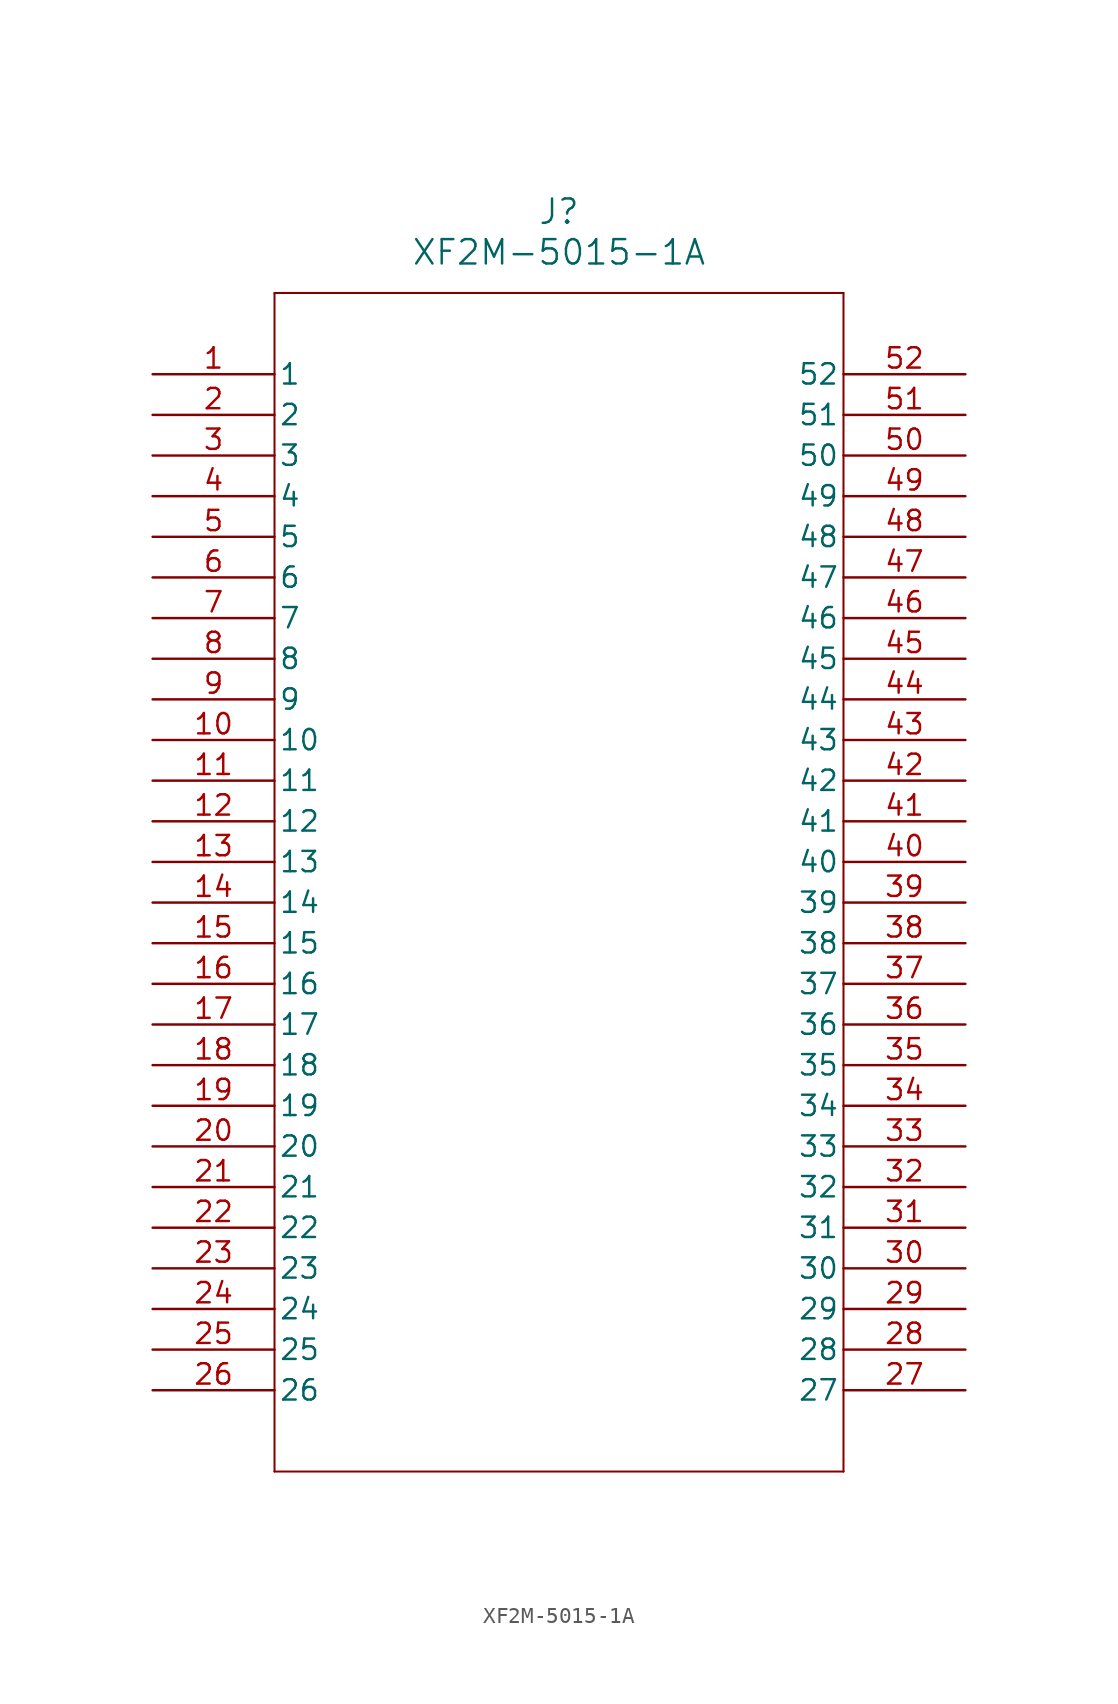
<source format=kicad_sym>
(kicad_symbol_lib
  (version 20211014)
  (generator kicad_symbol_editor)
  (symbol "XF2M-5015-1A"
    (pin_names
      (offset 0.254))
    (property "Reference" "J"
      (at 25.4 10.16 0)
      (effects (font (size 1.524 1.524))))
    (property "Value" "XF2M-5015-1A"
      (at 25.4 7.62 0)
      (effects (font (size 1.524 1.524))))
    (symbol "XF2M-5015-1A_0_1"
      (polyline (pts (xy 7.62 5.08) (xy 7.62 -68.58)) (stroke (width 0.127) (type default) (color 0 0 0 0)) (fill (type none)))
      (polyline (pts (xy 7.62 -68.58) (xy 43.18 -68.58)) (stroke (width 0.127) (type default) (color 0 0 0 0)) (fill (type none)))
      (polyline (pts (xy 43.18 -68.58) (xy 43.18 5.08)) (stroke (width 0.127) (type default) (color 0 0 0 0)) (fill (type none)))
      (polyline (pts (xy 43.18 5.08) (xy 7.62 5.08)) (stroke (width 0.127) (type default) (color 0 0 0 0)) (fill (type none)))
      (pin unspecified line (at 0 0 0) (length 7.62) (name "1" (effects (font (size 1.27 1.27)))) (number "1" (effects (font (size 1.27 1.27)))))
      (pin unspecified line (at 0 -2.54 0) (length 7.62) (name "2" (effects (font (size 1.27 1.27)))) (number "2" (effects (font (size 1.27 1.27)))))
      (pin unspecified line (at 0 -5.08 0) (length 7.62) (name "3" (effects (font (size 1.27 1.27)))) (number "3" (effects (font (size 1.27 1.27)))))
      (pin unspecified line (at 0 -7.62 0) (length 7.62) (name "4" (effects (font (size 1.27 1.27)))) (number "4" (effects (font (size 1.27 1.27)))))
      (pin unspecified line (at 0 -10.16 0) (length 7.62) (name "5" (effects (font (size 1.27 1.27)))) (number "5" (effects (font (size 1.27 1.27)))))
      (pin unspecified line (at 0 -12.7 0) (length 7.62) (name "6" (effects (font (size 1.27 1.27)))) (number "6" (effects (font (size 1.27 1.27)))))
      (pin unspecified line (at 0 -15.24 0) (length 7.62) (name "7" (effects (font (size 1.27 1.27)))) (number "7" (effects (font (size 1.27 1.27)))))
      (pin unspecified line (at 0 -17.78 0) (length 7.62) (name "8" (effects (font (size 1.27 1.27)))) (number "8" (effects (font (size 1.27 1.27)))))
      (pin unspecified line (at 0 -20.32 0) (length 7.62) (name "9" (effects (font (size 1.27 1.27)))) (number "9" (effects (font (size 1.27 1.27)))))
      (pin unspecified line (at 0 -22.86 0) (length 7.62) (name "10" (effects (font (size 1.27 1.27)))) (number "10" (effects (font (size 1.27 1.27)))))
      (pin unspecified line (at 0 -25.4 0) (length 7.62) (name "11" (effects (font (size 1.27 1.27)))) (number "11" (effects (font (size 1.27 1.27)))))
      (pin unspecified line (at 0 -27.94 0) (length 7.62) (name "12" (effects (font (size 1.27 1.27)))) (number "12" (effects (font (size 1.27 1.27)))))
      (pin unspecified line (at 0 -30.48 0) (length 7.62) (name "13" (effects (font (size 1.27 1.27)))) (number "13" (effects (font (size 1.27 1.27)))))
      (pin unspecified line (at 0 -33.02 0) (length 7.62) (name "14" (effects (font (size 1.27 1.27)))) (number "14" (effects (font (size 1.27 1.27)))))
      (pin unspecified line (at 0 -35.56 0) (length 7.62) (name "15" (effects (font (size 1.27 1.27)))) (number "15" (effects (font (size 1.27 1.27)))))
      (pin unspecified line (at 0 -38.1 0) (length 7.62) (name "16" (effects (font (size 1.27 1.27)))) (number "16" (effects (font (size 1.27 1.27)))))
      (pin unspecified line (at 0 -40.64 0) (length 7.62) (name "17" (effects (font (size 1.27 1.27)))) (number "17" (effects (font (size 1.27 1.27)))))
      (pin unspecified line (at 0 -43.18 0) (length 7.62) (name "18" (effects (font (size 1.27 1.27)))) (number "18" (effects (font (size 1.27 1.27)))))
      (pin unspecified line (at 0 -45.72 0) (length 7.62) (name "19" (effects (font (size 1.27 1.27)))) (number "19" (effects (font (size 1.27 1.27)))))
      (pin unspecified line (at 0 -48.26 0) (length 7.62) (name "20" (effects (font (size 1.27 1.27)))) (number "20" (effects (font (size 1.27 1.27)))))
      (pin unspecified line (at 0 -50.8 0) (length 7.62) (name "21" (effects (font (size 1.27 1.27)))) (number "21" (effects (font (size 1.27 1.27)))))
      (pin unspecified line (at 0 -53.34 0) (length 7.62) (name "22" (effects (font (size 1.27 1.27)))) (number "22" (effects (font (size 1.27 1.27)))))
      (pin unspecified line (at 0 -55.88 0) (length 7.62) (name "23" (effects (font (size 1.27 1.27)))) (number "23" (effects (font (size 1.27 1.27)))))
      (pin unspecified line (at 0 -58.42 0) (length 7.62) (name "24" (effects (font (size 1.27 1.27)))) (number "24" (effects (font (size 1.27 1.27)))))
      (pin unspecified line (at 0 -60.96 0) (length 7.62) (name "25" (effects (font (size 1.27 1.27)))) (number "25" (effects (font (size 1.27 1.27)))))
      (pin unspecified line (at 0 -63.5 0) (length 7.62) (name "26" (effects (font (size 1.27 1.27)))) (number "26" (effects (font (size 1.27 1.27)))))
      (pin unspecified line (at 50.8 -63.5 180) (length 7.62) (name "27" (effects (font (size 1.27 1.27)))) (number "27" (effects (font (size 1.27 1.27)))))
      (pin unspecified line (at 50.8 -60.96 180) (length 7.62) (name "28" (effects (font (size 1.27 1.27)))) (number "28" (effects (font (size 1.27 1.27)))))
      (pin unspecified line (at 50.8 -58.42 180) (length 7.62) (name "29" (effects (font (size 1.27 1.27)))) (number "29" (effects (font (size 1.27 1.27)))))
      (pin unspecified line (at 50.8 -55.88 180) (length 7.62) (name "30" (effects (font (size 1.27 1.27)))) (number "30" (effects (font (size 1.27 1.27)))))
      (pin unspecified line (at 50.8 -53.34 180) (length 7.62) (name "31" (effects (font (size 1.27 1.27)))) (number "31" (effects (font (size 1.27 1.27)))))
      (pin unspecified line (at 50.8 -50.8 180) (length 7.62) (name "32" (effects (font (size 1.27 1.27)))) (number "32" (effects (font (size 1.27 1.27)))))
      (pin unspecified line (at 50.8 -48.26 180) (length 7.62) (name "33" (effects (font (size 1.27 1.27)))) (number "33" (effects (font (size 1.27 1.27)))))
      (pin unspecified line (at 50.8 -45.72 180) (length 7.62) (name "34" (effects (font (size 1.27 1.27)))) (number "34" (effects (font (size 1.27 1.27)))))
      (pin unspecified line (at 50.8 -43.18 180) (length 7.62) (name "35" (effects (font (size 1.27 1.27)))) (number "35" (effects (font (size 1.27 1.27)))))
      (pin unspecified line (at 50.8 -40.64 180) (length 7.62) (name "36" (effects (font (size 1.27 1.27)))) (number "36" (effects (font (size 1.27 1.27)))))
      (pin unspecified line (at 50.8 -38.1 180) (length 7.62) (name "37" (effects (font (size 1.27 1.27)))) (number "37" (effects (font (size 1.27 1.27)))))
      (pin unspecified line (at 50.8 -35.56 180) (length 7.62) (name "38" (effects (font (size 1.27 1.27)))) (number "38" (effects (font (size 1.27 1.27)))))
      (pin unspecified line (at 50.8 -33.02 180) (length 7.62) (name "39" (effects (font (size 1.27 1.27)))) (number "39" (effects (font (size 1.27 1.27)))))
      (pin unspecified line (at 50.8 -30.48 180) (length 7.62) (name "40" (effects (font (size 1.27 1.27)))) (number "40" (effects (font (size 1.27 1.27)))))
      (pin unspecified line (at 50.8 -27.94 180) (length 7.62) (name "41" (effects (font (size 1.27 1.27)))) (number "41" (effects (font (size 1.27 1.27)))))
      (pin unspecified line (at 50.8 -25.4 180) (length 7.62) (name "42" (effects (font (size 1.27 1.27)))) (number "42" (effects (font (size 1.27 1.27)))))
      (pin unspecified line (at 50.8 -22.86 180) (length 7.62) (name "43" (effects (font (size 1.27 1.27)))) (number "43" (effects (font (size 1.27 1.27)))))
      (pin unspecified line (at 50.8 -20.32 180) (length 7.62) (name "44" (effects (font (size 1.27 1.27)))) (number "44" (effects (font (size 1.27 1.27)))))
      (pin unspecified line (at 50.8 -17.78 180) (length 7.62) (name "45" (effects (font (size 1.27 1.27)))) (number "45" (effects (font (size 1.27 1.27)))))
      (pin unspecified line (at 50.8 -15.24 180) (length 7.62) (name "46" (effects (font (size 1.27 1.27)))) (number "46" (effects (font (size 1.27 1.27)))))
      (pin unspecified line (at 50.8 -12.7 180) (length 7.62) (name "47" (effects (font (size 1.27 1.27)))) (number "47" (effects (font (size 1.27 1.27)))))
      (pin unspecified line (at 50.8 -10.16 180) (length 7.62) (name "48" (effects (font (size 1.27 1.27)))) (number "48" (effects (font (size 1.27 1.27)))))
      (pin unspecified line (at 50.8 -7.62 180) (length 7.62) (name "49" (effects (font (size 1.27 1.27)))) (number "49" (effects (font (size 1.27 1.27)))))
      (pin unspecified line (at 50.8 -5.08 180) (length 7.62) (name "50" (effects (font (size 1.27 1.27)))) (number "50" (effects (font (size 1.27 1.27)))))
      (pin unspecified line (at 50.8 -2.54 180) (length 7.62) (name "51" (effects (font (size 1.27 1.27)))) (number "51" (effects (font (size 1.27 1.27)))))
      (pin unspecified line (at 50.8 0 180) (length 7.62) (name "52" (effects (font (size 1.27 1.27)))) (number "52" (effects (font (size 1.27 1.27))))))))
</source>
